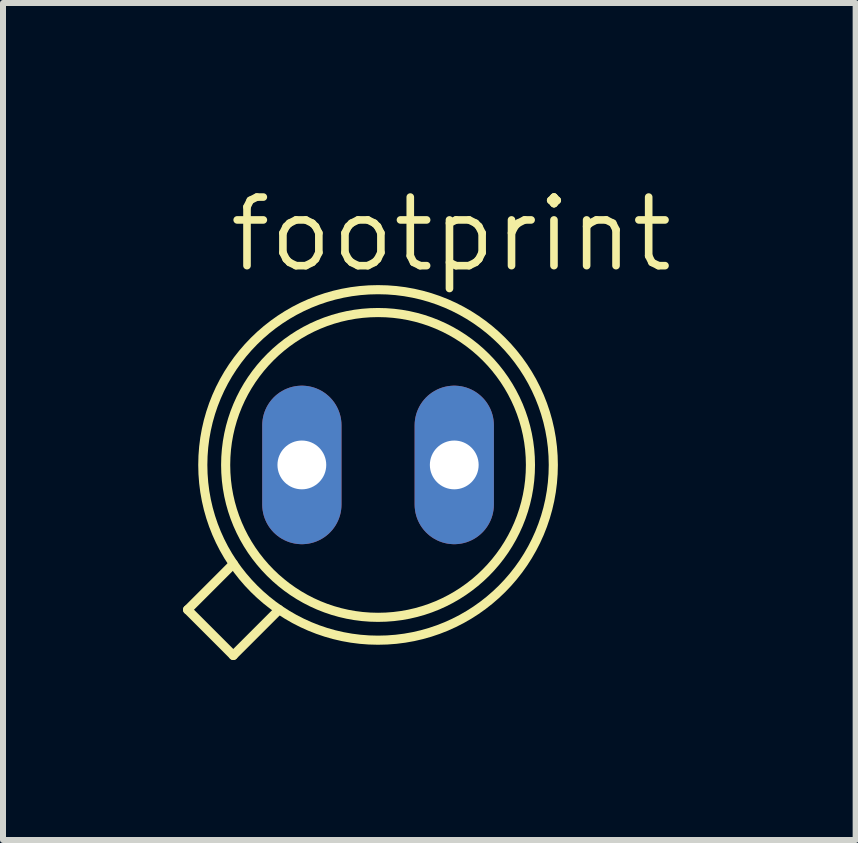
<source format=kicad_pcb>
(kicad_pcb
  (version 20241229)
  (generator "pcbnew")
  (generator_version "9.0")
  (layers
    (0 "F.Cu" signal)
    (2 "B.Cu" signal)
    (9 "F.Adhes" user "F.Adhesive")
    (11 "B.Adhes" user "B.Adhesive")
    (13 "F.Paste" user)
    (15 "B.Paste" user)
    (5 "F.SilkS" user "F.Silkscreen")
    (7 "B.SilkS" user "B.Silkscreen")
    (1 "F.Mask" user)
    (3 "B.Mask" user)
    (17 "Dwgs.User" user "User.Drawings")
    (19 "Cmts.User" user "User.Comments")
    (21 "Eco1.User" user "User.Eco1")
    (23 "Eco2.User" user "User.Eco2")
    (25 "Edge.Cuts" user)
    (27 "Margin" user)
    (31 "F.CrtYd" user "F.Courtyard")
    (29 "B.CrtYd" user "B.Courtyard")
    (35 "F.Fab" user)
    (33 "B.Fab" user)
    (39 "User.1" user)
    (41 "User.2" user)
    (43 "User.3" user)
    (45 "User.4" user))
  (footprint "footprint"
    (layer "F.Cu")
    (at 3.251 4.699)
    (property "Reference" "footprint" (at -2.54 -3.175 0) (layer "F.SilkS") (effects (font (size 1.143 1.143) (thickness 0.127)) (justify left bottom)))
    (fp_line (start -3.175 2.413) (end -2.413 3.175) (stroke (width 0.152) (type solid)) (layer "F.SilkS"))
    (fp_line (start -3.175 2.413) (end -2.411 1.649) (stroke (width 0.152) (type solid)) (layer "F.SilkS"))
    (fp_line (start -2.413 3.175) (end -1.649 2.411) (stroke (width 0.152) (type solid)) (layer "F.SilkS"))
    (fp_circle (center 0 0) (end 2.54 0) (stroke (width 0.152) (type solid)) (fill no) (layer "F.SilkS"))
    (fp_circle (center 0 0) (end 2.921 0) (stroke (width 0.152) (type solid)) (fill no) (layer "F.SilkS"))
    (pad "1" thru_hole oval (at -1.27 0 90) (size 2.642 1.321) (drill 0.813) (layers "*.Cu" "*.Mask"))
    (pad "2" thru_hole oval (at 1.27 0 90) (size 2.642 1.321) (drill 0.813) (layers "*.Cu" "*.Mask")))
  (gr_rect
    (start -3 -3)
    (end 11.211 10.95)
    (stroke (width 0.1) (type default))
    (fill no)
    (layer "Edge.Cuts")))
</source>
